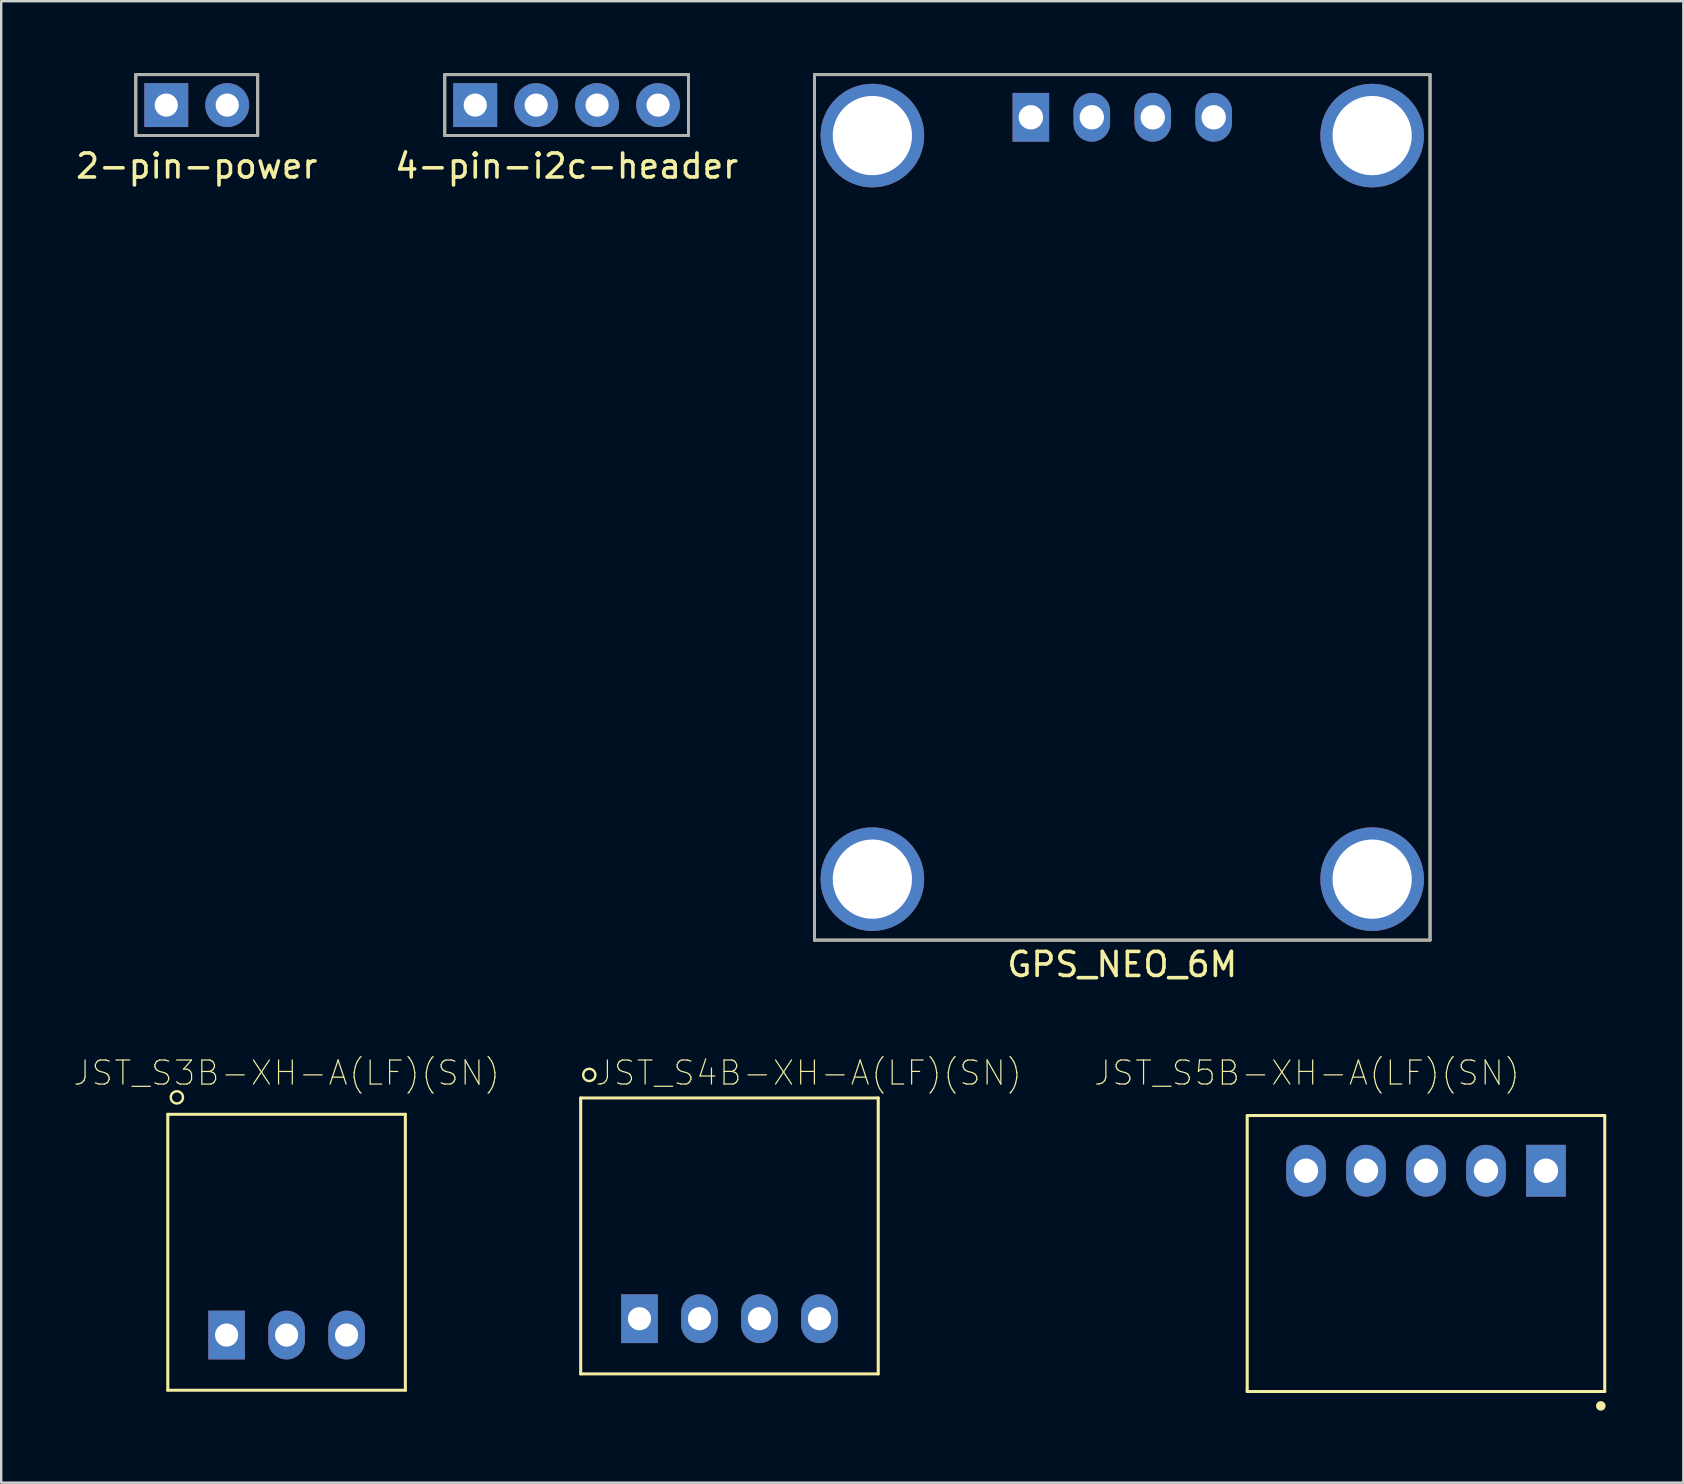
<source format=kicad_pcb>
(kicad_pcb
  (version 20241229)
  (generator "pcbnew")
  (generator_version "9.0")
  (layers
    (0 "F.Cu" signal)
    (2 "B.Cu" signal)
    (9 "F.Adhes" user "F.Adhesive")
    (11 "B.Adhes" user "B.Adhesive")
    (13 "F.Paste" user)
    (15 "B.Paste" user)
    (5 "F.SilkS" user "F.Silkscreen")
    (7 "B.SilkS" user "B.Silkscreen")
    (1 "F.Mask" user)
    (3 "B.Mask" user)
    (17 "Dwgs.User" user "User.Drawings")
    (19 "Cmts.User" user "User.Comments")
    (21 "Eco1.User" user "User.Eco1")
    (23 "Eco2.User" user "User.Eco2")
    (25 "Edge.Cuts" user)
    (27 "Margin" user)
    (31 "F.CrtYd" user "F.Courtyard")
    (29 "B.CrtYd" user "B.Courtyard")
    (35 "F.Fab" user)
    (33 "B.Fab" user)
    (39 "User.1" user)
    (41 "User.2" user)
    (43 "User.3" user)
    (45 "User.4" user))
  (footprint "4-pin-i2c-header"
    (layer "F.Cu")
    (at 20.565 1.33)
    (property "Reference" "4-pin-i2c-header" (at 0 2.54 0) (layer "F.SilkS") (effects (font (size 1 1) (thickness 0.15))))
    (attr through_hole)
    (fp_line (start -5.08 -1.27) (end -5.08 1.27) (stroke (width 0.12) (type solid)) (layer "F.SilkS"))
    (fp_line (start -5.08 1.27) (end 5.08 1.27) (stroke (width 0.12) (type solid)) (layer "F.SilkS"))
    (fp_line (start 5.08 -1.27) (end -5.08 -1.27) (stroke (width 0.12) (type solid)) (layer "F.SilkS"))
    (fp_line (start 5.08 1.27) (end 5.08 -1.27) (stroke (width 0.12) (type solid)) (layer "F.SilkS"))
    (fp_line (start -5.08 -1.27) (end 5.08 -1.27) (stroke (width 0.12) (type solid)) (layer "F.Fab"))
    (fp_line (start -5.08 1.27) (end -5.08 -1.27) (stroke (width 0.12) (type solid)) (layer "F.Fab"))
    (fp_line (start 5.08 -1.27) (end 5.08 1.27) (stroke (width 0.12) (type solid)) (layer "F.Fab"))
    (fp_line (start 5.08 1.27) (end -5.08 1.27) (stroke (width 0.12) (type solid)) (layer "F.Fab"))
    (pad "1" thru_hole rect (at -3.81 0) (size 1.829 1.829) (drill 0.965) (layers "*.Cu" "*.Mask"))
    (pad "2" thru_hole circle (at -1.27 0) (size 1.829 1.829) (drill 0.965) (layers "*.Cu" "*.Mask"))
    (pad "3" thru_hole circle (at 1.27 0) (size 1.829 1.829) (drill 0.965) (layers "*.Cu" "*.Mask"))
    (pad "4" thru_hole circle (at 3.81 0) (size 1.829 1.829) (drill 0.965) (layers "*.Cu" "*.Mask")))
  (footprint "JST_S3B-XH-A(LF)(SN)"
    (layer "F.Cu")
    (at 8.893 52.588)
    (property "Reference" "JST_S3B-XH-A(LF)(SN)" (at 0 -10.922 0) (layer "F.SilkS") (effects (font (size 1.002 1.002) (thickness 0.05))))
    (attr through_hole)
    (fp_line (start -4.95 -9.2) (end 4.95 -9.2) (stroke (width 0.127) (type solid)) (layer "F.SilkS"))
    (fp_line (start -4.95 2.3) (end -4.95 -9.2) (stroke (width 0.127) (type solid)) (layer "F.SilkS"))
    (fp_line (start 4.95 -9.2) (end 4.95 2.3) (stroke (width 0.127) (type solid)) (layer "F.SilkS"))
    (fp_line (start 4.95 2.3) (end -4.95 2.3) (stroke (width 0.127) (type solid)) (layer "F.SilkS"))
    (fp_circle (center -4.572 -9.906) (end -4.318 -9.906) (stroke (width 0.1) (type solid)) (fill no) (layer "F.SilkS"))
    (fp_line (start -5.25 -9.5) (end 5.25 -9.5) (stroke (width 0.127) (type solid)) (layer "Eco1.User"))
    (fp_line (start -5.25 2.6) (end -5.25 -9.5) (stroke (width 0.127) (type solid)) (layer "Eco1.User"))
    (fp_line (start 5.25 -9.5) (end 5.25 2.6) (stroke (width 0.127) (type solid)) (layer "Eco1.User"))
    (fp_line (start 5.25 2.6) (end -5.25 2.6) (stroke (width 0.127) (type solid)) (layer "Eco1.User"))
    (pad "1" thru_hole rect (at -2.5 0) (size 1.524 2.032) (drill 0.965) (layers "*.Cu" "*.Mask"))
    (pad "2" thru_hole oval (at 0 0) (size 1.524 2.032) (drill 0.965) (layers "*.Cu" "*.Mask"))
    (pad "3" thru_hole oval (at 2.5 0) (size 1.524 2.032) (drill 0.965) (layers "*.Cu" "*.Mask")))
  (footprint "2-pin-power"
    (layer "F.Cu")
    (at 5.149 1.33)
    (property "Reference" "2-pin-power" (at 0 2.54 0) (layer "F.SilkS") (effects (font (size 1 1) (thickness 0.15))))
    (attr through_hole)
    (fp_line (start -2.54 -1.27) (end -2.54 1.27) (stroke (width 0.12) (type solid)) (layer "F.SilkS"))
    (fp_line (start -2.54 1.27) (end 2.54 1.27) (stroke (width 0.12) (type solid)) (layer "F.SilkS"))
    (fp_line (start 2.54 -1.27) (end -2.54 -1.27) (stroke (width 0.12) (type solid)) (layer "F.SilkS"))
    (fp_line (start 2.54 1.27) (end 2.54 -1.27) (stroke (width 0.12) (type solid)) (layer "F.SilkS"))
    (fp_line (start -2.54 -1.27) (end -2.54 1.27) (stroke (width 0.12) (type solid)) (layer "F.Fab"))
    (fp_line (start -2.54 1.27) (end 2.54 1.27) (stroke (width 0.12) (type solid)) (layer "F.Fab"))
    (fp_line (start 2.54 -1.27) (end -2.54 -1.27) (stroke (width 0.12) (type solid)) (layer "F.Fab"))
    (fp_line (start 2.54 1.27) (end 2.54 -1.27) (stroke (width 0.12) (type solid)) (layer "F.Fab"))
    (pad "1" thru_hole rect (at -1.27 0) (size 1.829 1.829) (drill 0.965) (layers "*.Cu" "*.Mask"))
    (pad "2" thru_hole circle (at 1.27 0) (size 1.829 1.829) (drill 0.965) (layers "*.Cu" "*.Mask")))
  (footprint "GPS_NEO_6M"
    (layer "F.Cu")
    (at 43.72 18.094)
    (property "Reference" "GPS_NEO_6M" (at 0 19.05 0) (layer "F.SilkS") (effects (font (size 1 1) (thickness 0.15))))
    (attr through_hole)
    (fp_line (start -12.827 -18.034) (end -12.827 18.034) (stroke (width 0.12) (type solid)) (layer "F.SilkS"))
    (fp_line (start -12.827 -18.034) (end 12.827 -18.034) (stroke (width 0.12) (type solid)) (layer "F.SilkS"))
    (fp_line (start 12.827 18.034) (end -12.827 18.034) (stroke (width 0.12) (type solid)) (layer "F.SilkS"))
    (fp_line (start 12.827 18.034) (end 12.827 -18.034) (stroke (width 0.12) (type solid)) (layer "F.SilkS"))
    (fp_line (start -12.827 -18.034) (end -12.827 18.034) (stroke (width 0.12) (type solid)) (layer "F.Fab"))
    (fp_line (start -12.827 -18.034) (end 12.827 -18.034) (stroke (width 0.12) (type solid)) (layer "F.Fab"))
    (fp_line (start 12.827 18.034) (end -12.827 18.034) (stroke (width 0.12) (type solid)) (layer "F.Fab"))
    (fp_line (start 12.827 18.034) (end 12.827 -18.034) (stroke (width 0.12) (type solid)) (layer "F.Fab"))
    (pad "1" thru_hole rect (at -3.81 -16.256) (size 1.524 2.032) (drill 1.016) (layers "*.Cu" "*.Mask"))
    (pad "2" thru_hole oval (at -1.27 -16.256) (size 1.524 2.032) (drill 1.016) (layers "*.Cu" "*.Mask"))
    (pad "3" thru_hole oval (at 1.27 -16.256) (size 1.524 2.032) (drill 1.016) (layers "*.Cu" "*.Mask"))
    (pad "4" thru_hole oval (at 3.81 -16.256) (size 1.524 2.032) (drill 1.016) (layers "*.Cu" "*.Mask"))
    (pad "M" thru_hole circle (at -10.414 -15.494) (size 4.318 4.318) (drill 3.302) (layers "*.Cu" "*.Mask"))
    (pad "M" thru_hole circle (at -10.414 15.494) (size 4.318 4.318) (drill 3.302) (layers "*.Cu" "*.Mask"))
    (pad "M" thru_hole circle (at 10.414 -15.494 180) (size 4.318 4.318) (drill 3.302) (layers "*.Cu" "*.Mask"))
    (pad "M" thru_hole circle (at 10.414 15.494 180) (size 4.318 4.318) (drill 3.302) (layers "*.Cu" "*.Mask")))
  (footprint "JST_S4B-XH-A(LF)(SN)"
    (layer "F.Cu")
    (at 27.35 51.907)
    (property "Reference" "JST_S4B-XH-A(LF)(SN)" (at 3.302 -10.242 0) (layer "F.SilkS") (effects (font (size 1.001 1.001) (thickness 0.05))))
    (attr through_hole)
    (fp_line (start -6.2 -9.2) (end 6.2 -9.2) (stroke (width 0.127) (type solid)) (layer "F.SilkS"))
    (fp_line (start -6.2 2.3) (end -6.2 -9.2) (stroke (width 0.127) (type solid)) (layer "F.SilkS"))
    (fp_line (start 6.2 -9.2) (end 6.2 2.3) (stroke (width 0.127) (type solid)) (layer "F.SilkS"))
    (fp_line (start 6.2 2.3) (end -6.2 2.3) (stroke (width 0.127) (type solid)) (layer "F.SilkS"))
    (fp_circle (center -5.842 -10.16) (end -5.588 -10.16) (stroke (width 0.1) (type solid)) (fill no) (layer "F.SilkS"))
    (fp_line (start -6.5 -9.5) (end 6.5 -9.5) (stroke (width 0.127) (type solid)) (layer "Eco1.User"))
    (fp_line (start -6.5 2.6) (end -6.5 -9.5) (stroke (width 0.127) (type solid)) (layer "Eco1.User"))
    (fp_line (start 6.5 -9.5) (end 6.5 2.6) (stroke (width 0.127) (type solid)) (layer "Eco1.User"))
    (fp_line (start 6.5 2.6) (end -6.5 2.6) (stroke (width 0.127) (type solid)) (layer "Eco1.User"))
    (pad "1" thru_hole rect (at -3.75 0) (size 1.524 2.032) (drill 0.965) (layers "*.Cu" "*.Mask"))
    (pad "2" thru_hole oval (at -1.25 0) (size 1.524 2.032) (drill 0.965) (layers "*.Cu" "*.Mask"))
    (pad "3" thru_hole oval (at 1.25 0) (size 1.524 2.032) (drill 0.965) (layers "*.Cu" "*.Mask"))
    (pad "4" thru_hole oval (at 3.75 0) (size 1.524 2.032) (drill 0.965) (layers "*.Cu" "*.Mask")))
  (footprint "JST_S5B-XH-A(LF)(SN)"
    (layer "F.Cu")
    (at 56.377 45.74)
    (property "Reference" "JST_S5B-XH-A(LF)(SN)" (at -4.96 -4.075 0) (layer "F.SilkS") (effects (font (size 1 1) (thickness 0.05))))
    (attr through_hole)
    (fp_line (start -7.45 -2.3) (end 7.45 -2.3) (stroke (width 0.127) (type solid)) (layer "F.SilkS"))
    (fp_line (start -7.45 9.2) (end -7.45 -2.3) (stroke (width 0.127) (type solid)) (layer "F.SilkS"))
    (fp_line (start 7.45 -2.3) (end 7.45 9.2) (stroke (width 0.127) (type solid)) (layer "F.SilkS"))
    (fp_line (start 7.45 9.2) (end -7.45 9.2) (stroke (width 0.127) (type solid)) (layer "F.SilkS"))
    (fp_circle (center 7.286 9.8) (end 7.386 9.8) (stroke (width 0.2) (type solid)) (fill no) (layer "F.SilkS"))
    (fp_line (start -7.7 -2.55) (end 7.7 -2.55) (stroke (width 0.05) (type solid)) (layer "Eco1.User"))
    (fp_line (start -7.7 9.45) (end -7.7 -2.55) (stroke (width 0.05) (type solid)) (layer "Eco1.User"))
    (fp_line (start 7.7 -2.55) (end 7.7 9.45) (stroke (width 0.05) (type solid)) (layer "Eco1.User"))
    (fp_line (start 7.7 9.45) (end -7.7 9.45) (stroke (width 0.05) (type solid)) (layer "Eco1.User"))
    (fp_line (start -7.45 -2.3) (end 7.45 -2.3) (stroke (width 0.127) (type solid)) (layer "Eco2.User"))
    (fp_line (start -7.45 9.2) (end -7.45 -2.3) (stroke (width 0.127) (type solid)) (layer "Eco2.User"))
    (fp_line (start 7.45 -2.3) (end 7.45 9.2) (stroke (width 0.127) (type solid)) (layer "Eco2.User"))
    (fp_line (start 7.45 9.2) (end -7.45 9.2) (stroke (width 0.127) (type solid)) (layer "Eco2.User"))
    (fp_circle (center 7.286 9.8) (end 7.386 9.8) (stroke (width 0.2) (type solid)) (fill no) (layer "Eco2.User"))
    (pad "1" thru_hole rect (at 5 0 180) (size 1.651 2.159) (drill 1.016) (layers "*.Cu" "*.Mask"))
    (pad "2" thru_hole oval (at 2.5 0 180) (size 1.651 2.159) (drill 1.016) (layers "*.Cu" "*.Mask"))
    (pad "3" thru_hole oval (at 0 0 180) (size 1.651 2.159) (drill 1.016) (layers "*.Cu" "*.Mask"))
    (pad "4" thru_hole oval (at -2.5 0 180) (size 1.651 2.159) (drill 1.016) (layers "*.Cu" "*.Mask"))
    (pad "5" thru_hole oval (at -5 0 180) (size 1.651 2.159) (drill 1.016) (layers "*.Cu" "*.Mask")))
  (gr_rect
    (start -3 -3)
    (end 67.102 58.74)
    (stroke (width 0.1) (type default))
    (fill no)
    (layer "Edge.Cuts")))
</source>
